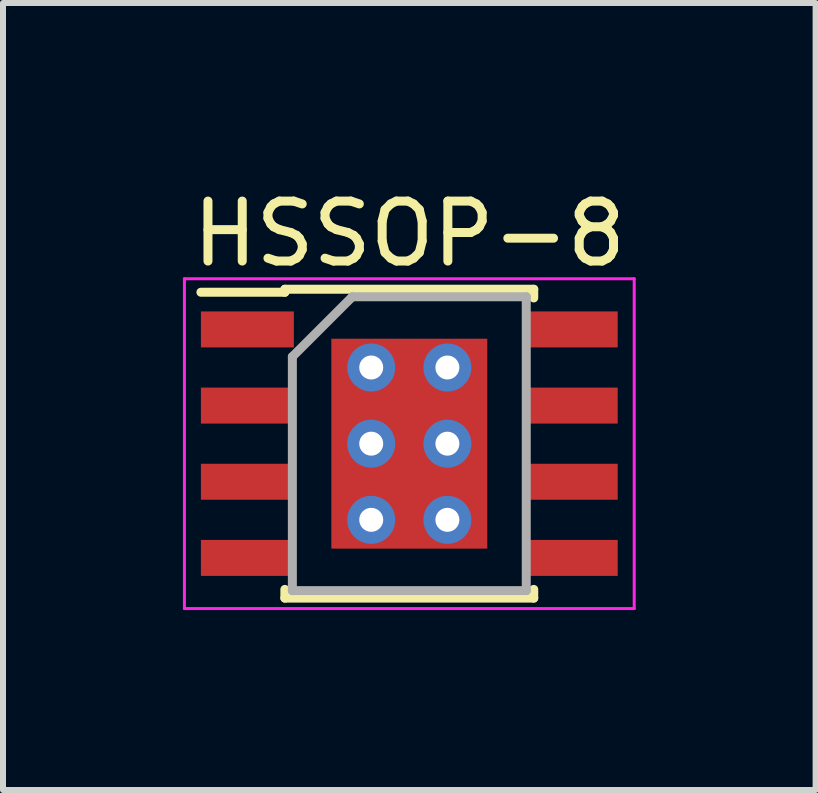
<source format=kicad_pcb>
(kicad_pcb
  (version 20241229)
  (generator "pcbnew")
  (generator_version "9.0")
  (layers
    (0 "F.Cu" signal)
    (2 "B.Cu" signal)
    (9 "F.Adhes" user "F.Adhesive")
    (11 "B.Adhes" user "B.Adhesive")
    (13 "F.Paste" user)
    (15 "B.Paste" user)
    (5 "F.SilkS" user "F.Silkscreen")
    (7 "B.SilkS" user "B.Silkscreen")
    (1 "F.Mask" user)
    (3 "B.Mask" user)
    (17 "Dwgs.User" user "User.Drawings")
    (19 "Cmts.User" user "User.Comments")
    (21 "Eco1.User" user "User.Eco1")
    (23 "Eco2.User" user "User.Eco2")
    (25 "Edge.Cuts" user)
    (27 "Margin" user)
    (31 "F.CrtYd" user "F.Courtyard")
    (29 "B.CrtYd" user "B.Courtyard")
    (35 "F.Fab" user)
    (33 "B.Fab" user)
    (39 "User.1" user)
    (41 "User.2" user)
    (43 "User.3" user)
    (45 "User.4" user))
  (footprint "HSSOP-8"
    (layer "F.Cu")
    (at 3.775 4.348)
    (property "Reference" "HSSOP-8" (at 0 -3.5 0) (layer "F.SilkS") (effects (font (size 1 1) (thickness 0.15))))
    (attr smd)
    (fp_line (start -2.075 -2.575) (end -2.075 -2.525) (stroke (width 0.15) (type solid)) (layer "F.SilkS"))
    (fp_line (start -2.075 -2.575) (end 2.075 -2.575) (stroke (width 0.15) (type solid)) (layer "F.SilkS"))
    (fp_line (start -2.075 -2.525) (end -3.475 -2.525) (stroke (width 0.15) (type solid)) (layer "F.SilkS"))
    (fp_line (start -2.075 2.575) (end -2.075 2.43) (stroke (width 0.15) (type solid)) (layer "F.SilkS"))
    (fp_line (start -2.075 2.575) (end 2.075 2.575) (stroke (width 0.15) (type solid)) (layer "F.SilkS"))
    (fp_line (start 2.075 -2.575) (end 2.075 -2.43) (stroke (width 0.15) (type solid)) (layer "F.SilkS"))
    (fp_line (start 2.075 2.575) (end 2.075 2.43) (stroke (width 0.15) (type solid)) (layer "F.SilkS"))
    (fp_line (start -3.75 -2.75) (end -3.75 2.75) (stroke (width 0.05) (type solid)) (layer "F.CrtYd"))
    (fp_line (start -3.75 -2.75) (end 3.75 -2.75) (stroke (width 0.05) (type solid)) (layer "F.CrtYd"))
    (fp_line (start -3.75 2.75) (end 3.75 2.75) (stroke (width 0.05) (type solid)) (layer "F.CrtYd"))
    (fp_line (start 3.75 -2.75) (end 3.75 2.75) (stroke (width 0.05) (type solid)) (layer "F.CrtYd"))
    (fp_line (start -1.95 -1.45) (end -0.95 -2.45) (stroke (width 0.15) (type solid)) (layer "F.Fab"))
    (fp_line (start -1.95 2.45) (end -1.95 -1.45) (stroke (width 0.15) (type solid)) (layer "F.Fab"))
    (fp_line (start -0.95 -2.45) (end 1.95 -2.45) (stroke (width 0.15) (type solid)) (layer "F.Fab"))
    (fp_line (start 1.95 -2.45) (end 1.95 2.45) (stroke (width 0.15) (type solid)) (layer "F.Fab"))
    (fp_line (start 1.95 2.45) (end -1.95 2.45) (stroke (width 0.15) (type solid)) (layer "F.Fab"))
    (pad "1" smd rect (at -2.7 -1.905) (size 1.55 0.6) (layers "F.Cu" "F.Mask" "F.Paste"))
    (pad "2" smd rect (at -2.7 -0.635) (size 1.55 0.6) (layers "F.Cu" "F.Mask" "F.Paste"))
    (pad "3" smd rect (at -2.7 0.635) (size 1.55 0.6) (layers "F.Cu" "F.Mask" "F.Paste"))
    (pad "4" smd rect (at -2.7 1.905) (size 1.55 0.6) (layers "F.Cu" "F.Mask" "F.Paste"))
    (pad "5" smd rect (at 2.7 1.905) (size 1.55 0.6) (layers "F.Cu" "F.Mask" "F.Paste"))
    (pad "6" smd rect (at 2.7 0.635) (size 1.55 0.6) (layers "F.Cu" "F.Mask" "F.Paste"))
    (pad "7" smd rect (at 2.7 -0.635) (size 1.55 0.6) (layers "F.Cu" "F.Mask" "F.Paste"))
    (pad "8" smd rect (at 2.7 -1.905) (size 1.55 0.6) (layers "F.Cu" "F.Mask" "F.Paste"))
    (pad "9" thru_hole circle (at -0.635 -1.27) (size 0.8 0.8) (drill 0.4) (layers "*.Cu" "*.Mask"))
    (pad "9" thru_hole circle (at -0.635 0) (size 0.8 0.8) (drill 0.4) (layers "*.Cu" "*.Mask"))
    (pad "9" thru_hole circle (at -0.635 1.27) (size 0.8 0.8) (drill 0.4) (layers "*.Cu" "*.Mask"))
    (pad "9" smd rect (at 0 0) (size 2.6 3.5) (layers "F.Cu" "F.Mask" "F.Paste"))
    (pad "9" thru_hole circle (at 0.635 -1.27) (size 0.8 0.8) (drill 0.4) (layers "*.Cu" "*.Mask"))
    (pad "9" thru_hole circle (at 0.635 0) (size 0.8 0.8) (drill 0.4) (layers "*.Cu" "*.Mask"))
    (pad "9" thru_hole circle (at 0.635 1.27) (size 0.8 0.8) (drill 0.4) (layers "*.Cu" "*.Mask")))
  (gr_rect
    (start -3 -3)
    (end 10.55 10.123)
    (stroke (width 0.1) (type default))
    (fill no)
    (layer "Edge.Cuts")))
</source>
